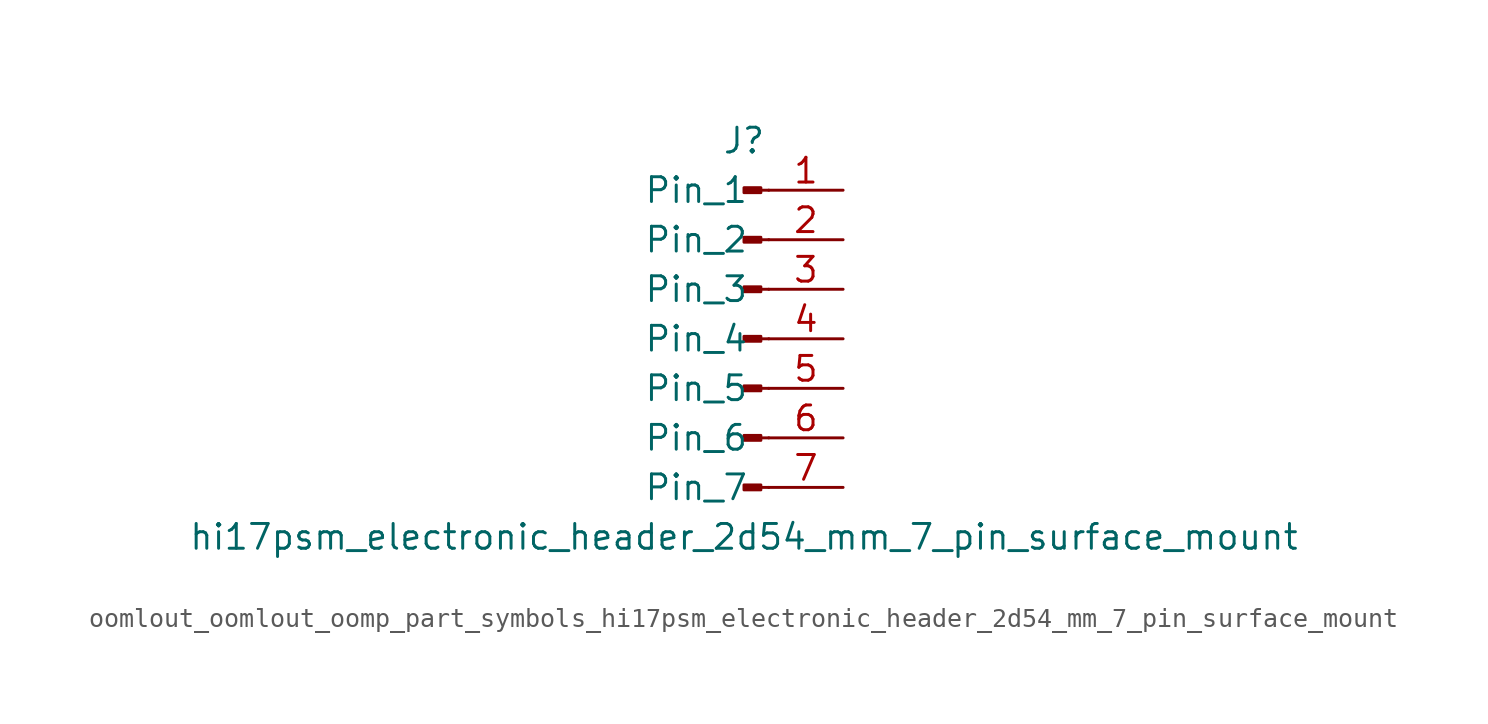
<source format=kicad_sym>
(kicad_symbol_lib
  (version 20220914)
  (generator kicad_symbol_editor)
  (symbol "oomlout_oomlout_oomp_part_symbols_hi17psm_electronic_header_2d54_mm_7_pin_surface_mount"
    (pin_names
      (offset 1.016))
    (property "Reference" "J"
      (at 0 10.16 0)
      (effects (font (size 1.27 1.27))))
    (property "Value" "hi17psm_electronic_header_2d54_mm_7_pin_surface_mount"
      (at 0 -10.16 0)
      (effects (font (size 1.27 1.27))))
    (property "ki_locked" ""
      (at 0 0 0)
      (effects (font (size 1.27 1.27))))
    (symbol "oomlout_oomlout_oomp_part_symbols_hi17psm_electronic_header_2d54_mm_7_pin_surface_mount_1_1"
      (polyline (pts (xy 1.27 -7.62) (xy 0.864 -7.62)) (stroke (width 0.152) (type default)) (fill (type none)))
      (polyline (pts (xy 1.27 -5.08) (xy 0.864 -5.08)) (stroke (width 0.152) (type default)) (fill (type none)))
      (polyline (pts (xy 1.27 -2.54) (xy 0.864 -2.54)) (stroke (width 0.152) (type default)) (fill (type none)))
      (polyline (pts (xy 1.27 0) (xy 0.864 0)) (stroke (width 0.152) (type default)) (fill (type none)))
      (polyline (pts (xy 1.27 2.54) (xy 0.864 2.54)) (stroke (width 0.152) (type default)) (fill (type none)))
      (polyline (pts (xy 1.27 5.08) (xy 0.864 5.08)) (stroke (width 0.152) (type default)) (fill (type none)))
      (polyline (pts (xy 1.27 7.62) (xy 0.864 7.62)) (stroke (width 0.152) (type default)) (fill (type none)))
      (rectangle (start 0.864 -7.493) (end 0 -7.747) (stroke (width 0.152) (type default)) (fill (type outline)))
      (rectangle (start 0.864 -4.953) (end 0 -5.207) (stroke (width 0.152) (type default)) (fill (type outline)))
      (rectangle (start 0.864 -2.413) (end 0 -2.667) (stroke (width 0.152) (type default)) (fill (type outline)))
      (rectangle (start 0.864 0.127) (end 0 -0.127) (stroke (width 0.152) (type default)) (fill (type outline)))
      (rectangle (start 0.864 2.667) (end 0 2.413) (stroke (width 0.152) (type default)) (fill (type outline)))
      (rectangle (start 0.864 5.207) (end 0 4.953) (stroke (width 0.152) (type default)) (fill (type outline)))
      (rectangle (start 0.864 7.747) (end 0 7.493) (stroke (width 0.152) (type default)) (fill (type outline)))
      (pin passive line (at 5.08 7.62 180) (length 3.81) (name "Pin_1" (effects (font (size 1.27 1.27)))) (number "1" (effects (font (size 1.27 1.27)))))
      (pin passive line (at 5.08 5.08 180) (length 3.81) (name "Pin_2" (effects (font (size 1.27 1.27)))) (number "2" (effects (font (size 1.27 1.27)))))
      (pin passive line (at 5.08 2.54 180) (length 3.81) (name "Pin_3" (effects (font (size 1.27 1.27)))) (number "3" (effects (font (size 1.27 1.27)))))
      (pin passive line (at 5.08 0 180) (length 3.81) (name "Pin_4" (effects (font (size 1.27 1.27)))) (number "4" (effects (font (size 1.27 1.27)))))
      (pin passive line (at 5.08 -2.54 180) (length 3.81) (name "Pin_5" (effects (font (size 1.27 1.27)))) (number "5" (effects (font (size 1.27 1.27)))))
      (pin passive line (at 5.08 -5.08 180) (length 3.81) (name "Pin_6" (effects (font (size 1.27 1.27)))) (number "6" (effects (font (size 1.27 1.27)))))
      (pin passive line (at 5.08 -7.62 180) (length 3.81) (name "Pin_7" (effects (font (size 1.27 1.27)))) (number "7" (effects (font (size 1.27 1.27))))))))
</source>
